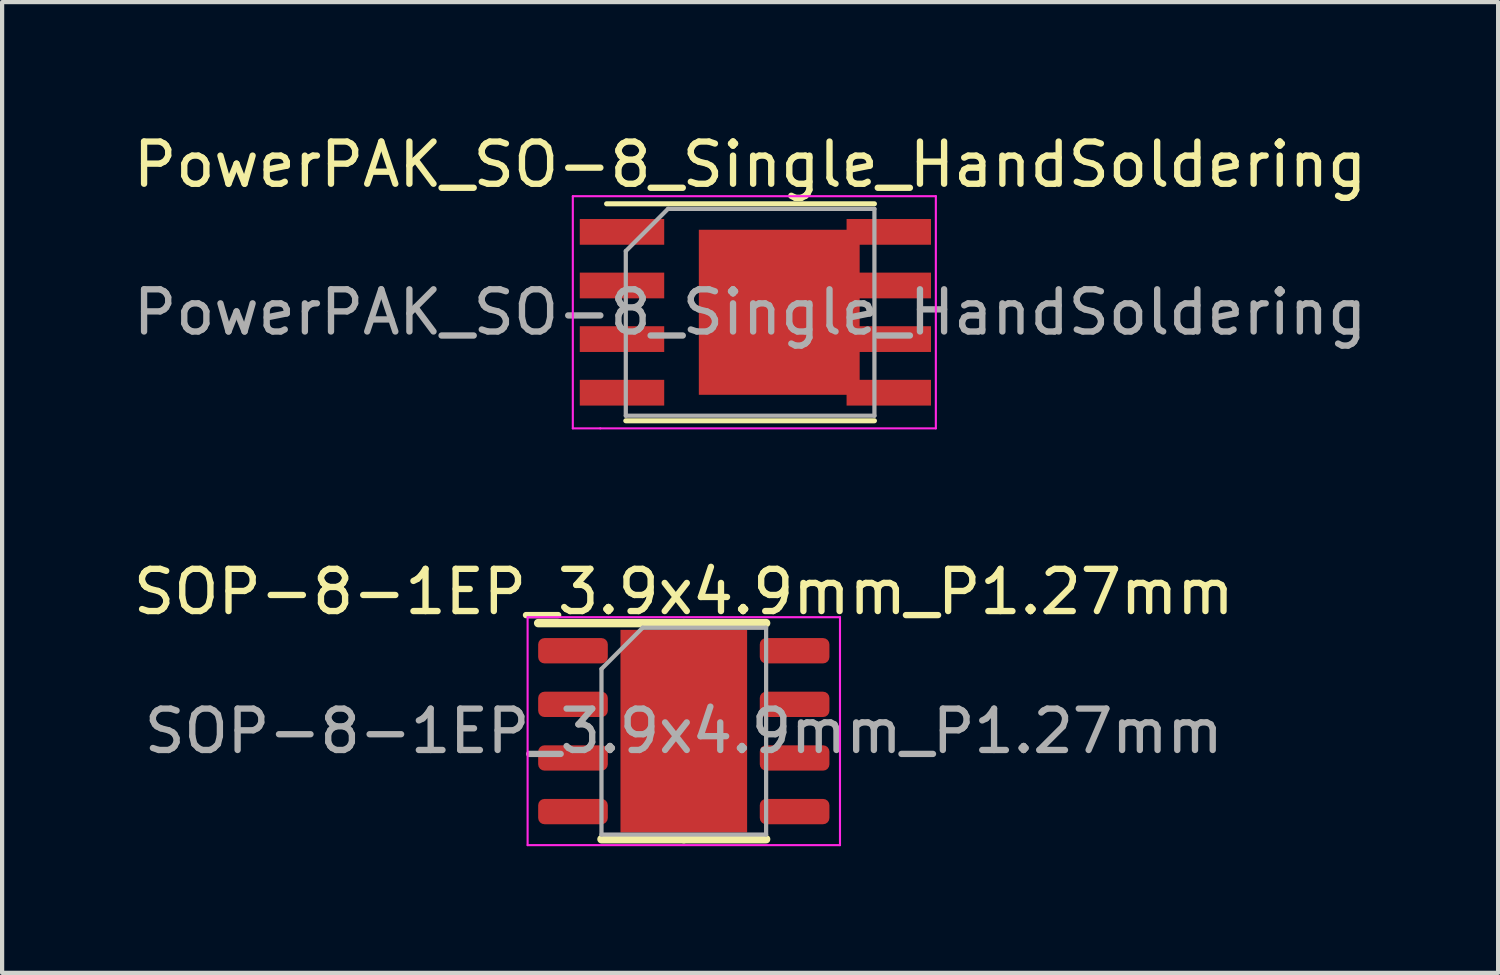
<source format=kicad_pcb>
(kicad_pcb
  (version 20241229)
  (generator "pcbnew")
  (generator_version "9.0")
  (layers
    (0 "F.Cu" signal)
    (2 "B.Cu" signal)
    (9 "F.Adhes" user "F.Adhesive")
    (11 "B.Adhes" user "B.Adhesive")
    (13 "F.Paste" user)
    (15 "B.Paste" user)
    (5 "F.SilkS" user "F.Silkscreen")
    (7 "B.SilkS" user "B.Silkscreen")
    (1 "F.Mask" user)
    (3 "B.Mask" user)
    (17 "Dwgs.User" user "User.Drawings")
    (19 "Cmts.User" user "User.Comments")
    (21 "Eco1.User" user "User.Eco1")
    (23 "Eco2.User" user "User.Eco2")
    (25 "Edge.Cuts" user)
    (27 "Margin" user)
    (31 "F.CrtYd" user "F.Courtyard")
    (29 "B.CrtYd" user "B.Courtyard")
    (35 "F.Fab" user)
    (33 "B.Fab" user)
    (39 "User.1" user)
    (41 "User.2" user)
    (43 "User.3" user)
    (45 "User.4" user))
  (footprint "PowerPAK_SO-8_Single_HandSoldering"
    (layer "F.Cu")
    (at 14.72 4.348)
    (property "Reference" "PowerPAK_SO-8_Single_HandSoldering" (at 0 -3.5 0) (layer "F.SilkS") (effects (font (size 1 1) (thickness 0.15))))
    (attr smd)
    (fp_line (start -3.4 -2.57) (end 2.945 -2.57) (stroke (width 0.12) (type solid)) (layer "F.SilkS"))
    (fp_line (start -2.945 2.57) (end 2.945 2.57) (stroke (width 0.12) (type solid)) (layer "F.SilkS"))
    (fp_line (start -4.2 -2.75) (end -4.2 2.75) (stroke (width 0.05) (type solid)) (layer "F.CrtYd"))
    (fp_line (start -4.2 -2.75) (end 4.4 -2.75) (stroke (width 0.05) (type solid)) (layer "F.CrtYd"))
    (fp_line (start -4.2 2.75) (end -3.55 2.75) (stroke (width 0.05) (type solid)) (layer "F.CrtYd"))
    (fp_line (start -3.55 2.75) (end 4.4 2.75) (stroke (width 0.05) (type solid)) (layer "F.CrtYd"))
    (fp_line (start 4.4 -2.75) (end 4.4 2.75) (stroke (width 0.05) (type solid)) (layer "F.CrtYd"))
    (fp_line (start -2.945 2.45) (end -2.945 -1.45) (stroke (width 0.1) (type solid)) (layer "F.Fab"))
    (fp_line (start -1.945 -2.45) (end -2.945 -1.45) (stroke (width 0.1) (type solid)) (layer "F.Fab"))
    (fp_line (start -1.945 -2.45) (end 2.945 -2.45) (stroke (width 0.1) (type solid)) (layer "F.Fab"))
    (fp_line (start 2.945 -2.45) (end 2.945 2.45) (stroke (width 0.1) (type solid)) (layer "F.Fab"))
    (fp_line (start 2.945 2.45) (end -2.945 2.45) (stroke (width 0.1) (type solid)) (layer "F.Fab"))
    (fp_text user "${REFERENCE}" (at 0 0 0) (layer "F.Fab") (effects (font (size 1 1) (thickness 0.15))))
    (pad "1" smd rect (at -3.035 -1.905) (size 2 0.61) (layers "F.Cu" "F.Mask" "F.Paste"))
    (pad "2" smd rect (at -3.035 -0.635) (size 2 0.61) (layers "F.Cu" "F.Mask" "F.Paste"))
    (pad "3" smd rect (at -3.035 0.635) (size 2 0.61) (layers "F.Cu" "F.Mask" "F.Paste"))
    (pad "4" smd rect (at -3.035 1.905) (size 2 0.61) (layers "F.Cu" "F.Mask" "F.Paste"))
    (pad "5" smd rect (at 0.69 0) (size 3.81 3.91) (layers "F.Cu" "F.Mask" "F.Paste"))
    (pad "5" smd rect (at 3.285 -1.905) (size 2 0.61) (layers "F.Cu" "F.Mask" "F.Paste"))
    (pad "5" smd rect (at 3.285 -0.635) (size 2 0.61) (layers "F.Cu" "F.Mask" "F.Paste"))
    (pad "5" smd rect (at 3.285 0.635) (size 2 0.61) (layers "F.Cu" "F.Mask" "F.Paste"))
    (pad "5" smd rect (at 3.285 1.905) (size 2 0.61) (layers "F.Cu" "F.Mask" "F.Paste")))
  (footprint "SOP-8-1EP_3.9x4.9mm_P1.27mm"
    (layer "F.Cu")
    (at 13.149 14.271)
    (property "Reference" "SOP-8-1EP_3.9x4.9mm_P1.27mm" (at 0 -3.3 0) (layer "F.SilkS") (effects (font (size 1 1) (thickness 0.15))))
    (attr smd)
    (fp_line (start 0 -2.56) (end -3.45 -2.56) (stroke (width 0.2) (type solid)) (layer "F.SilkS"))
    (fp_line (start 0 -2.56) (end 1.95 -2.56) (stroke (width 0.2) (type solid)) (layer "F.SilkS"))
    (fp_line (start 0 2.56) (end -1.95 2.56) (stroke (width 0.2) (type solid)) (layer "F.SilkS"))
    (fp_line (start 0 2.56) (end 1.95 2.56) (stroke (width 0.2) (type solid)) (layer "F.SilkS"))
    (fp_line (start -3.7 -2.7) (end -3.7 2.7) (stroke (width 0.05) (type solid)) (layer "F.CrtYd"))
    (fp_line (start -3.7 2.7) (end 3.7 2.7) (stroke (width 0.05) (type solid)) (layer "F.CrtYd"))
    (fp_line (start 3.7 -2.7) (end -3.7 -2.7) (stroke (width 0.05) (type solid)) (layer "F.CrtYd"))
    (fp_line (start 3.7 2.7) (end 3.7 -2.7) (stroke (width 0.05) (type solid)) (layer "F.CrtYd"))
    (fp_line (start -1.95 -1.475) (end -0.975 -2.45) (stroke (width 0.1) (type solid)) (layer "F.Fab"))
    (fp_line (start -1.95 2.45) (end -1.95 -1.475) (stroke (width 0.1) (type solid)) (layer "F.Fab"))
    (fp_line (start -0.975 -2.45) (end 1.95 -2.45) (stroke (width 0.1) (type solid)) (layer "F.Fab"))
    (fp_line (start 1.95 -2.45) (end 1.95 2.45) (stroke (width 0.1) (type solid)) (layer "F.Fab"))
    (fp_line (start 1.95 2.45) (end -1.95 2.45) (stroke (width 0.1) (type solid)) (layer "F.Fab"))
    (fp_text user "${REFERENCE}" (at 0 0 0) (layer "F.Fab") (effects (font (size 0.98 0.98) (thickness 0.15))))
    (pad "1" smd roundrect (at -2.625 -1.905) (size 1.65 0.6) (layers "F.Cu" "F.Mask" "F.Paste") (roundrect_rratio 0.25))
    (pad "2" smd roundrect (at -2.625 -0.635) (size 1.65 0.6) (layers "F.Cu" "F.Mask" "F.Paste") (roundrect_rratio 0.25))
    (pad "3" smd roundrect (at -2.625 0.635) (size 1.65 0.6) (layers "F.Cu" "F.Mask" "F.Paste") (roundrect_rratio 0.25))
    (pad "4" smd roundrect (at -2.625 1.905) (size 1.65 0.6) (layers "F.Cu" "F.Mask" "F.Paste") (roundrect_rratio 0.25))
    (pad "5" smd roundrect (at 2.625 1.905) (size 1.65 0.6) (layers "F.Cu" "F.Mask" "F.Paste") (roundrect_rratio 0.25))
    (pad "6" smd roundrect (at 2.625 0.635) (size 1.65 0.6) (layers "F.Cu" "F.Mask" "F.Paste") (roundrect_rratio 0.25))
    (pad "7" smd roundrect (at 2.625 -0.635) (size 1.65 0.6) (layers "F.Cu" "F.Mask" "F.Paste") (roundrect_rratio 0.25))
    (pad "8" smd roundrect (at 2.625 -1.905) (size 1.65 0.6) (layers "F.Cu" "F.Mask" "F.Paste") (roundrect_rratio 0.25))
    (pad "EP" smd rect (at 0 0) (size 3 4.8) (layers "F.Cu" "F.Mask" "F.Paste")))
  (gr_rect
    (start -3 -3)
    (end 32.44 19.997)
    (stroke (width 0.1) (type default))
    (fill no)
    (layer "Edge.Cuts")))
</source>
